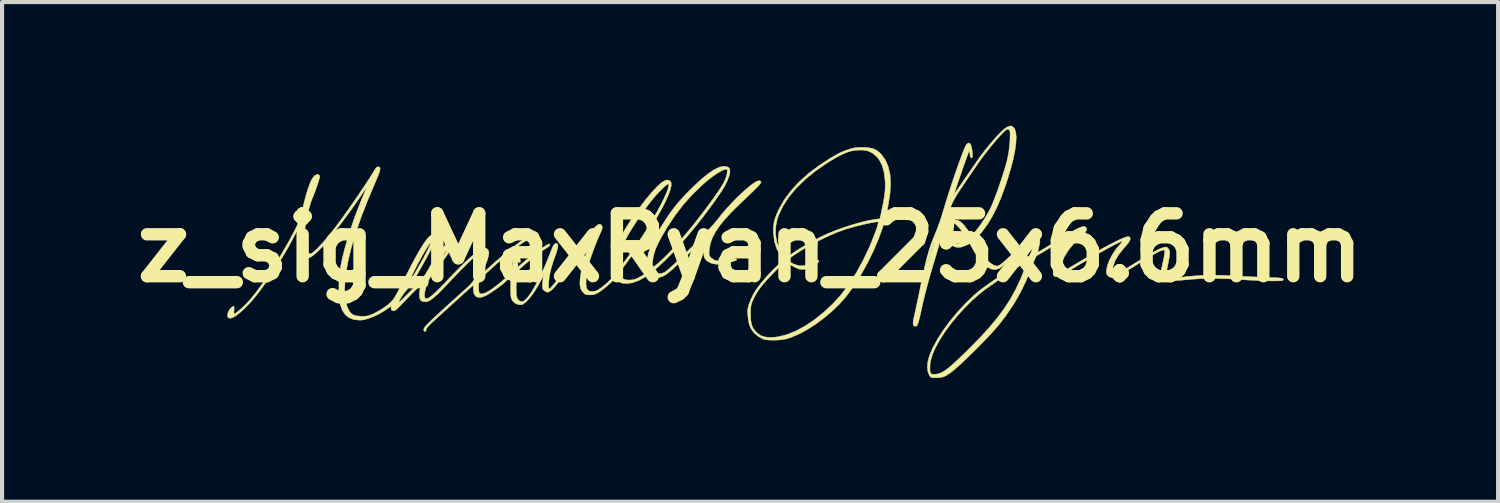
<source format=kicad_pcb>
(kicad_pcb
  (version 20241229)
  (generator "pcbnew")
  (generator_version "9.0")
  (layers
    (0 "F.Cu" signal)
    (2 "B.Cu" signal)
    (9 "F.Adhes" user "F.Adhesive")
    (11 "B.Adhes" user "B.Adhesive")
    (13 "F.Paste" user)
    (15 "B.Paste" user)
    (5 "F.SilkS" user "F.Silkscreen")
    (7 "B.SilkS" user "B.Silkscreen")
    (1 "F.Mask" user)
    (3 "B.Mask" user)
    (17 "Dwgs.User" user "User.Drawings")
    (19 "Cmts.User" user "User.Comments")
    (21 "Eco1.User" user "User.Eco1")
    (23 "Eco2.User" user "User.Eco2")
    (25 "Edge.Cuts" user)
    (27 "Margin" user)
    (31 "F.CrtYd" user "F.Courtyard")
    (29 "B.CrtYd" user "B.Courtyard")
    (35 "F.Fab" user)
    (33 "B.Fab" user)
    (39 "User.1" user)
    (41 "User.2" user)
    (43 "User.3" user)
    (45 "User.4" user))
  (footprint "z_sig_MaxRyan_25x6.6mm"
    (layer "F.Cu")
    (at 15.138 2.958)
    (property "Reference" "z_sig_MaxRyan_25x6.6mm" (at 0 0 0) (layer "F.SilkS") (effects (font (size 1.524 1.524) (thickness 0.3))))
    (attr through_hole)
    (fp_poly (pts (xy 2.865 -2.428) (xy 2.974 -2.407) (xy 3.063 -2.368) (xy 3.143 -2.306) (xy 3.183 -2.265) (xy 3.283 -2.126) (xy 3.353 -1.961) (xy 3.395 -1.77) (xy 3.408 -1.55) (xy 3.392 -1.302) (xy 3.348 -1.026) (xy 3.29 -0.729) (xy 3.47 -0.747) (xy 3.594 -0.756) (xy 3.724 -0.757) (xy 3.852 -0.753) (xy 3.973 -0.743) (xy 4.08 -0.728) (xy 4.166 -0.71) (xy 4.224 -0.689) (xy 4.249 -0.665) (xy 4.249 -0.658) (xy 4.228 -0.632) (xy 4.212 -0.631) (xy 4.081 -0.653) (xy 3.923 -0.669) (xy 3.752 -0.678) (xy 3.583 -0.679) (xy 3.431 -0.672) (xy 3.361 -0.664) (xy 3.307 -0.655) (xy 3.275 -0.639) (xy 3.254 -0.606) (xy 3.233 -0.545) (xy 3.229 -0.532) (xy 3.124 -0.237) (xy 2.995 0.067) (xy 2.847 0.371) (xy 2.684 0.663) (xy 2.512 0.933) (xy 2.337 1.172) (xy 2.327 1.184) (xy 2.169 1.363) (xy 1.989 1.538) (xy 1.793 1.703) (xy 1.588 1.855) (xy 1.38 1.987) (xy 1.178 2.096) (xy 0.987 2.177) (xy 0.875 2.211) (xy 0.782 2.228) (xy 0.67 2.238) (xy 0.553 2.241) (xy 0.444 2.237) (xy 0.358 2.226) (xy 0.328 2.218) (xy 0.202 2.153) (xy 0.092 2.058) (xy 0.035 1.982) (xy -0.001 1.913) (xy -0.025 1.838) (xy -0.043 1.742) (xy -0.049 1.693) (xy -0.059 1.598) (xy -0.059 1.584) (xy 0.011 1.584) (xy 0.011 1.619) (xy 0.017 1.755) (xy 0.036 1.861) (xy 0.071 1.946) (xy 0.126 2.02) (xy 0.163 2.058) (xy 0.246 2.121) (xy 0.343 2.159) (xy 0.459 2.174) (xy 0.602 2.168) (xy 0.684 2.157) (xy 0.891 2.106) (xy 1.109 2.019) (xy 1.335 1.896) (xy 1.567 1.74) (xy 1.799 1.553) (xy 2.011 1.355) (xy 2.208 1.137) (xy 2.399 0.882) (xy 2.581 0.597) (xy 2.751 0.285) (xy 2.907 -0.046) (xy 3.044 -0.393) (xy 3.06 -0.438) (xy 3.086 -0.518) (xy 3.103 -0.581) (xy 3.108 -0.62) (xy 3.107 -0.626) (xy 3.08 -0.628) (xy 3.019 -0.621) (xy 2.931 -0.605) (xy 2.824 -0.583) (xy 2.705 -0.555) (xy 2.58 -0.524) (xy 2.457 -0.491) (xy 2.342 -0.458) (xy 2.29 -0.441) (xy 2.102 -0.373) (xy 1.894 -0.283) (xy 1.676 -0.177) (xy 1.458 -0.062) (xy 1.251 0.058) (xy 1.065 0.177) (xy 0.945 0.264) (xy 0.921 0.289) (xy 0.922 0.312) (xy 0.952 0.339) (xy 1.017 0.374) (xy 1.053 0.391) (xy 1.176 0.434) (xy 1.291 0.438) (xy 1.405 0.403) (xy 1.477 0.363) (xy 1.541 0.326) (xy 1.599 0.302) (xy 1.626 0.296) (xy 1.664 0.305) (xy 1.669 0.327) (xy 1.647 0.359) (xy 1.604 0.396) (xy 1.545 0.435) (xy 1.477 0.471) (xy 1.404 0.5) (xy 1.333 0.518) (xy 1.323 0.52) (xy 1.256 0.525) (xy 1.203 0.52) (xy 1.146 0.5) (xy 1.075 0.466) (xy 1.003 0.427) (xy 0.942 0.391) (xy 0.907 0.366) (xy 0.886 0.352) (xy 0.863 0.349) (xy 0.834 0.36) (xy 0.794 0.388) (xy 0.74 0.436) (xy 0.666 0.509) (xy 0.569 0.608) (xy 0.538 0.64) (xy 0.4 0.787) (xy 0.29 0.915) (xy 0.203 1.03) (xy 0.134 1.138) (xy 0.079 1.247) (xy 0.064 1.28) (xy 0.038 1.349) (xy 0.022 1.413) (xy 0.014 1.486) (xy 0.011 1.584) (xy -0.059 1.584) (xy -0.061 1.528) (xy -0.053 1.469) (xy -0.036 1.402) (xy -0.023 1.362) (xy 0.015 1.265) (xy 0.064 1.159) (xy 0.107 1.077) (xy 0.169 0.984) (xy 0.255 0.871) (xy 0.357 0.75) (xy 0.467 0.628) (xy 0.577 0.515) (xy 0.674 0.425) (xy 0.734 0.37) (xy 0.78 0.325) (xy 0.803 0.297) (xy 0.804 0.293) (xy 0.793 0.267) (xy 0.763 0.22) (xy 0.732 0.175) (xy 0.645 0.02) (xy 0.59 -0.159) (xy 0.573 -0.31) (xy 0.62 -0.31) (xy 0.654 -0.121) (xy 0.721 0.053) (xy 0.763 0.126) (xy 0.805 0.189) (xy 0.84 0.234) (xy 0.86 0.254) (xy 0.86 0.254) (xy 0.887 0.242) (xy 0.908 0.225) (xy 0.984 0.167) (xy 1.089 0.094) (xy 1.217 0.013) (xy 1.36 -0.072) (xy 1.509 -0.156) (xy 1.657 -0.235) (xy 1.709 -0.262) (xy 1.879 -0.341) (xy 2.071 -0.419) (xy 2.276 -0.493) (xy 2.484 -0.56) (xy 2.685 -0.617) (xy 2.869 -0.661) (xy 3.026 -0.688) (xy 3.03 -0.688) (xy 3.149 -0.703) (xy 3.193 -0.912) (xy 3.229 -1.087) (xy 3.254 -1.231) (xy 3.27 -1.352) (xy 3.277 -1.462) (xy 3.277 -1.568) (xy 3.274 -1.63) (xy 3.25 -1.825) (xy 3.206 -1.987) (xy 3.139 -2.121) (xy 3.084 -2.193) (xy 2.984 -2.286) (xy 2.875 -2.343) (xy 2.747 -2.368) (xy 2.691 -2.37) (xy 2.572 -2.365) (xy 2.459 -2.347) (xy 2.344 -2.312) (xy 2.22 -2.259) (xy 2.08 -2.185) (xy 1.915 -2.086) (xy 1.892 -2.072) (xy 1.605 -1.876) (xy 1.35 -1.67) (xy 1.129 -1.456) (xy 0.945 -1.237) (xy 0.798 -1.013) (xy 0.691 -0.788) (xy 0.658 -0.691) (xy 0.621 -0.503) (xy 0.62 -0.31) (xy 0.573 -0.31) (xy 0.566 -0.364) (xy 0.566 -0.388) (xy 0.567 -0.505) (xy 0.579 -0.608) (xy 0.605 -0.709) (xy 0.647 -0.821) (xy 0.71 -0.955) (xy 0.714 -0.963) (xy 0.839 -1.178) (xy 1.001 -1.393) (xy 1.195 -1.602) (xy 1.413 -1.799) (xy 1.653 -1.979) (xy 1.708 -2.017) (xy 1.847 -2.107) (xy 1.957 -2.178) (xy 2.047 -2.232) (xy 2.122 -2.274) (xy 2.191 -2.308) (xy 2.259 -2.337) (xy 2.334 -2.366) (xy 2.348 -2.371) (xy 2.442 -2.403) (xy 2.522 -2.422) (xy 2.607 -2.432) (xy 2.713 -2.434) (xy 2.724 -2.434) (xy 2.865 -2.428)) (stroke (width 0.01) (type solid)) (fill yes) (layer "F.SilkS"))
    (fp_poly (pts (xy 6.363 -2.941) (xy 6.412 -2.891) (xy 6.442 -2.806) (xy 6.454 -2.687) (xy 6.447 -2.536) (xy 6.423 -2.357) (xy 6.381 -2.15) (xy 6.321 -1.918) (xy 6.245 -1.664) (xy 6.191 -1.503) (xy 6.088 -1.221) (xy 5.983 -0.976) (xy 5.874 -0.76) (xy 5.756 -0.567) (xy 5.626 -0.39) (xy 5.554 -0.304) (xy 5.441 -0.174) (xy 5.545 0.011) (xy 5.638 0.16) (xy 5.733 0.281) (xy 5.827 0.371) (xy 5.917 0.427) (xy 5.994 0.444) (xy 6.037 0.429) (xy 6.1 0.387) (xy 6.17 0.327) (xy 6.359 0.155) (xy 6.52 0.014) (xy 6.654 -0.098) (xy 6.763 -0.182) (xy 6.848 -0.238) (xy 6.911 -0.267) (xy 6.945 -0.271) (xy 6.997 -0.252) (xy 7.025 -0.209) (xy 7.028 -0.138) (xy 7.008 -0.037) (xy 6.991 0.033) (xy 6.98 0.085) (xy 6.977 0.106) (xy 6.978 0.106) (xy 7 0.095) (xy 7.051 0.067) (xy 7.123 0.024) (xy 7.21 -0.028) (xy 7.303 -0.086) (xy 7.397 -0.144) (xy 7.484 -0.198) (xy 7.544 -0.237) (xy 7.647 -0.302) (xy 7.762 -0.369) (xy 7.869 -0.428) (xy 7.906 -0.447) (xy 7.992 -0.488) (xy 8.051 -0.511) (xy 8.09 -0.519) (xy 8.118 -0.513) (xy 8.125 -0.509) (xy 8.16 -0.48) (xy 8.165 -0.442) (xy 8.139 -0.391) (xy 8.079 -0.324) (xy 8.027 -0.276) (xy 7.86 -0.111) (xy 7.729 0.046) (xy 7.632 0.201) (xy 7.61 0.243) (xy 7.576 0.323) (xy 7.545 0.409) (xy 7.52 0.491) (xy 7.504 0.559) (xy 7.501 0.602) (xy 7.504 0.611) (xy 7.516 0.609) (xy 7.547 0.596) (xy 7.598 0.569) (xy 7.673 0.527) (xy 7.775 0.467) (xy 7.906 0.389) (xy 8.07 0.291) (xy 8.118 0.262) (xy 8.276 0.169) (xy 8.435 0.078) (xy 8.591 -0.008) (xy 8.739 -0.086) (xy 8.872 -0.154) (xy 8.986 -0.209) (xy 9.074 -0.247) (xy 9.133 -0.266) (xy 9.136 -0.267) (xy 9.187 -0.27) (xy 9.212 -0.25) (xy 9.215 -0.244) (xy 9.219 -0.209) (xy 9.204 -0.166) (xy 9.166 -0.109) (xy 9.102 -0.033) (xy 9.059 0.015) (xy 8.942 0.161) (xy 8.856 0.306) (xy 8.804 0.446) (xy 8.79 0.519) (xy 8.778 0.635) (xy 8.845 0.635) (xy 8.899 0.622) (xy 8.983 0.584) (xy 9.097 0.52) (xy 9.139 0.494) (xy 9.331 0.376) (xy 9.491 0.278) (xy 9.623 0.198) (xy 9.729 0.135) (xy 9.814 0.087) (xy 9.88 0.051) (xy 9.933 0.026) (xy 9.974 0.009) (xy 10 0.000249) (xy 10.062 -0.016) (xy 10.098 -0.017) (xy 10.124 -0.001) (xy 10.144 0.022) (xy 10.164 0.055) (xy 10.175 0.095) (xy 10.176 0.151) (xy 10.166 0.229) (xy 10.147 0.335) (xy 10.127 0.429) (xy 10.107 0.532) (xy 10.101 0.603) (xy 10.111 0.652) (xy 10.14 0.686) (xy 10.188 0.715) (xy 10.193 0.718) (xy 10.235 0.733) (xy 10.284 0.737) (xy 10.354 0.731) (xy 10.403 0.723) (xy 10.637 0.693) (xy 10.9 0.673) (xy 11.181 0.665) (xy 11.469 0.668) (xy 11.689 0.678) (xy 11.857 0.688) (xy 12.046 0.698) (xy 12.238 0.707) (xy 12.417 0.714) (xy 12.52 0.718) (xy 12.661 0.723) (xy 12.765 0.727) (xy 12.838 0.732) (xy 12.885 0.739) (xy 12.912 0.747) (xy 12.925 0.758) (xy 12.929 0.767) (xy 12.928 0.782) (xy 12.916 0.792) (xy 12.886 0.799) (xy 12.832 0.802) (xy 12.746 0.804) (xy 12.643 0.804) (xy 12.524 0.802) (xy 12.376 0.797) (xy 12.213 0.79) (xy 12.049 0.781) (xy 11.927 0.773) (xy 11.583 0.752) (xy 11.269 0.743) (xy 10.987 0.746) (xy 10.742 0.761) (xy 10.721 0.763) (xy 10.598 0.774) (xy 10.46 0.786) (xy 10.333 0.795) (xy 10.304 0.797) (xy 10.099 0.81) (xy 10.034 0.745) (xy 9.997 0.7) (xy 9.976 0.648) (xy 9.97 0.582) (xy 9.98 0.493) (xy 10.004 0.375) (xy 10.012 0.343) (xy 10.032 0.254) (xy 10.046 0.173) (xy 10.054 0.116) (xy 10.054 0.106) (xy 10.05 0.064) (xy 10.03 0.054) (xy 9.995 0.062) (xy 9.96 0.073) (xy 9.923 0.089) (xy 9.877 0.111) (xy 9.819 0.143) (xy 9.744 0.187) (xy 9.647 0.245) (xy 9.524 0.32) (xy 9.37 0.416) (xy 9.348 0.429) (xy 9.188 0.528) (xy 9.058 0.605) (xy 8.954 0.661) (xy 8.873 0.698) (xy 8.81 0.717) (xy 8.761 0.721) (xy 8.722 0.71) (xy 8.688 0.686) (xy 8.678 0.677) (xy 8.65 0.643) (xy 8.64 0.604) (xy 8.642 0.544) (xy 8.645 0.521) (xy 8.67 0.416) (xy 8.718 0.294) (xy 8.783 0.169) (xy 8.857 0.055) (xy 8.893 0.009) (xy 8.961 -0.07) (xy 9.005 -0.122) (xy 9.026 -0.15) (xy 9.028 -0.16) (xy 9.013 -0.157) (xy 8.983 -0.144) (xy 8.973 -0.139) (xy 8.9 -0.105) (xy 8.798 -0.053) (xy 8.673 0.014) (xy 8.533 0.092) (xy 8.383 0.176) (xy 8.23 0.263) (xy 8.082 0.35) (xy 7.944 0.432) (xy 7.824 0.505) (xy 7.771 0.539) (xy 7.654 0.613) (xy 7.565 0.663) (xy 7.499 0.694) (xy 7.45 0.707) (xy 7.412 0.704) (xy 7.393 0.696) (xy 7.36 0.673) (xy 7.348 0.643) (xy 7.351 0.59) (xy 7.353 0.576) (xy 7.38 0.453) (xy 7.426 0.314) (xy 7.485 0.179) (xy 7.548 0.066) (xy 7.595 0.002) (xy 7.664 -0.08) (xy 7.743 -0.168) (xy 7.811 -0.238) (xy 7.88 -0.308) (xy 7.936 -0.367) (xy 7.972 -0.407) (xy 7.984 -0.423) (xy 7.984 -0.423) (xy 7.957 -0.413) (xy 7.901 -0.384) (xy 7.825 -0.342) (xy 7.737 -0.29) (xy 7.644 -0.234) (xy 7.555 -0.177) (xy 7.533 -0.163) (xy 7.456 -0.114) (xy 7.366 -0.057) (xy 7.268 0.003) (xy 7.171 0.062) (xy 7.083 0.116) (xy 7.01 0.159) (xy 6.961 0.187) (xy 6.946 0.194) (xy 6.933 0.215) (xy 6.908 0.269) (xy 6.875 0.349) (xy 6.836 0.446) (xy 6.817 0.497) (xy 6.687 0.815) (xy 6.546 1.104) (xy 6.386 1.377) (xy 6.202 1.649) (xy 6.055 1.841) (xy 5.979 1.932) (xy 5.882 2.041) (xy 5.767 2.164) (xy 5.641 2.296) (xy 5.508 2.431) (xy 5.373 2.565) (xy 5.242 2.692) (xy 5.119 2.808) (xy 5.009 2.908) (xy 4.918 2.986) (xy 4.851 3.037) (xy 4.772 3.089) (xy 4.714 3.121) (xy 4.661 3.138) (xy 4.598 3.147) (xy 4.542 3.15) (xy 4.463 3.153) (xy 4.413 3.151) (xy 4.384 3.139) (xy 4.361 3.115) (xy 4.349 3.098) (xy 4.312 3.008) (xy 4.3 2.901) (xy 4.362 2.901) (xy 4.363 2.973) (xy 4.369 3.015) (xy 4.383 3.049) (xy 4.411 3.065) (xy 4.467 3.069) (xy 4.472 3.069) (xy 4.555 3.058) (xy 4.638 3.029) (xy 4.646 3.024) (xy 4.708 2.988) (xy 4.776 2.941) (xy 4.854 2.878) (xy 4.947 2.796) (xy 5.058 2.694) (xy 5.191 2.566) (xy 5.321 2.438) (xy 5.578 2.177) (xy 5.802 1.932) (xy 5.997 1.697) (xy 6.166 1.469) (xy 6.314 1.24) (xy 6.443 1.006) (xy 6.558 0.761) (xy 6.662 0.501) (xy 6.666 0.491) (xy 6.692 0.414) (xy 6.707 0.359) (xy 6.709 0.332) (xy 6.704 0.331) (xy 6.617 0.385) (xy 6.507 0.456) (xy 6.381 0.54) (xy 6.245 0.632) (xy 6.105 0.727) (xy 5.968 0.822) (xy 5.84 0.912) (xy 5.728 0.991) (xy 5.639 1.057) (xy 5.579 1.104) (xy 5.577 1.105) (xy 5.385 1.275) (xy 5.201 1.459) (xy 5.027 1.65) (xy 4.866 1.846) (xy 4.723 2.042) (xy 4.599 2.234) (xy 4.498 2.416) (xy 4.423 2.585) (xy 4.378 2.736) (xy 4.365 2.819) (xy 4.362 2.901) (xy 4.3 2.901) (xy 4.299 2.892) (xy 4.311 2.761) (xy 4.346 2.628) (xy 4.428 2.432) (xy 4.543 2.22) (xy 4.685 1.999) (xy 4.849 1.776) (xy 5.032 1.556) (xy 5.228 1.345) (xy 5.433 1.149) (xy 5.531 1.065) (xy 5.593 1.016) (xy 5.684 0.949) (xy 5.798 0.868) (xy 5.928 0.777) (xy 6.067 0.681) (xy 6.21 0.584) (xy 6.349 0.491) (xy 6.478 0.406) (xy 6.591 0.333) (xy 6.681 0.278) (xy 6.702 0.265) (xy 6.763 0.208) (xy 6.811 0.119) (xy 6.84 0.037) (xy 6.867 -0.045) (xy 6.887 -0.12) (xy 6.898 -0.175) (xy 6.897 -0.201) (xy 6.897 -0.201) (xy 6.875 -0.195) (xy 6.826 -0.164) (xy 6.756 -0.112) (xy 6.669 -0.043) (xy 6.571 0.038) (xy 6.466 0.129) (xy 6.358 0.225) (xy 6.253 0.322) (xy 6.244 0.33) (xy 6.173 0.397) (xy 6.108 0.453) (xy 6.058 0.493) (xy 6.039 0.505) (xy 5.947 0.53) (xy 5.849 0.516) (xy 5.746 0.464) (xy 5.642 0.377) (xy 5.539 0.256) (xy 5.441 0.103) (xy 5.419 0.064) (xy 5.329 -0.104) (xy 5.247 -0.062) (xy 5.125 -0.016) (xy 5.017 -0.008) (xy 4.925 -0.038) (xy 4.913 -0.046) (xy 4.847 -0.111) (xy 4.805 -0.2) (xy 4.788 -0.319) (xy 4.788 -0.417) (xy 4.789 -0.427) (xy 4.831 -0.427) (xy 4.836 -0.354) (xy 4.843 -0.31) (xy 4.867 -0.2) (xy 4.904 -0.129) (xy 4.957 -0.095) (xy 5.031 -0.095) (xy 5.129 -0.128) (xy 5.161 -0.143) (xy 5.211 -0.172) (xy 5.242 -0.202) (xy 5.243 -0.206) (xy 5.238 -0.242) (xy 5.209 -0.299) (xy 5.163 -0.369) (xy 5.106 -0.443) (xy 5.046 -0.513) (xy 4.988 -0.57) (xy 4.941 -0.606) (xy 4.917 -0.614) (xy 4.891 -0.596) (xy 4.862 -0.552) (xy 4.854 -0.534) (xy 4.836 -0.482) (xy 4.831 -0.427) (xy 4.789 -0.427) (xy 4.803 -0.533) (xy 4.835 -0.614) (xy 4.888 -0.661) (xy 4.963 -0.677) (xy 4.969 -0.677) (xy 5.04 -0.665) (xy 5.109 -0.626) (xy 5.181 -0.556) (xy 5.263 -0.451) (xy 5.268 -0.444) (xy 5.37 -0.299) (xy 5.445 -0.377) (xy 5.517 -0.462) (xy 5.599 -0.574) (xy 5.684 -0.702) (xy 5.763 -0.834) (xy 5.83 -0.96) (xy 5.839 -0.979) (xy 5.884 -1.081) (xy 5.936 -1.214) (xy 5.994 -1.369) (xy 6.053 -1.537) (xy 6.11 -1.708) (xy 6.162 -1.873) (xy 6.207 -2.022) (xy 6.237 -2.138) (xy 6.259 -2.243) (xy 6.278 -2.361) (xy 6.292 -2.483) (xy 6.301 -2.601) (xy 6.305 -2.707) (xy 6.304 -2.79) (xy 6.295 -2.844) (xy 6.29 -2.854) (xy 6.254 -2.873) (xy 6.226 -2.869) (xy 6.191 -2.845) (xy 6.135 -2.793) (xy 6.063 -2.717) (xy 5.979 -2.623) (xy 5.887 -2.515) (xy 5.793 -2.399) (xy 5.7 -2.281) (xy 5.613 -2.165) (xy 5.536 -2.057) (xy 5.535 -2.056) (xy 5.456 -1.94) (xy 5.372 -1.818) (xy 5.292 -1.701) (xy 5.225 -1.603) (xy 5.211 -1.582) (xy 5.11 -1.433) (xy 5.03 -1.31) (xy 4.966 -1.203) (xy 4.914 -1.104) (xy 4.87 -1.004) (xy 4.83 -0.895) (xy 4.789 -0.767) (xy 4.743 -0.611) (xy 4.742 -0.609) (xy 4.696 -0.45) (xy 4.645 -0.276) (xy 4.594 -0.102) (xy 4.546 0.058) (xy 4.513 0.169) (xy 4.427 0.457) (xy 4.353 0.711) (xy 4.29 0.939) (xy 4.236 1.149) (xy 4.189 1.346) (xy 4.16 1.478) (xy 4.128 1.624) (xy 4.101 1.733) (xy 4.08 1.811) (xy 4.061 1.862) (xy 4.043 1.891) (xy 4.025 1.903) (xy 4.013 1.905) (xy 3.976 1.896) (xy 3.956 1.867) (xy 3.953 1.811) (xy 3.966 1.724) (xy 3.98 1.659) (xy 3.996 1.589) (xy 4.019 1.484) (xy 4.047 1.353) (xy 4.078 1.203) (xy 4.112 1.041) (xy 4.146 0.874) (xy 4.149 0.857) (xy 4.198 0.624) (xy 4.236 0.455) (xy 4.276 0.455) (xy 4.286 0.466) (xy 4.297 0.455) (xy 4.286 0.445) (xy 4.276 0.455) (xy 4.236 0.455) (xy 4.243 0.425) (xy 4.259 0.36) (xy 4.297 0.36) (xy 4.305 0.377) (xy 4.311 0.374) (xy 4.313 0.349) (xy 4.311 0.346) (xy 4.298 0.349) (xy 4.297 0.36) (xy 4.259 0.36) (xy 4.274 0.296) (xy 4.318 0.296) (xy 4.326 0.314) (xy 4.332 0.31) (xy 4.335 0.285) (xy 4.332 0.282) (xy 4.32 0.285) (xy 4.318 0.296) (xy 4.274 0.296) (xy 4.285 0.252) (xy 4.294 0.22) (xy 4.341 0.22) (xy 4.345 0.248) (xy 4.352 0.248) (xy 4.357 0.22) (xy 4.354 0.208) (xy 4.344 0.2) (xy 4.341 0.22) (xy 4.294 0.22) (xy 4.315 0.148) (xy 4.36 0.148) (xy 4.368 0.166) (xy 4.374 0.162) (xy 4.377 0.137) (xy 4.374 0.134) (xy 4.362 0.137) (xy 4.36 0.148) (xy 4.315 0.148) (xy 4.329 0.097) (xy 4.333 0.085) (xy 4.381 0.085) (xy 4.389 0.102) (xy 4.396 0.099) (xy 4.398 0.074) (xy 4.396 0.071) (xy 4.383 0.073) (xy 4.381 0.085) (xy 4.333 0.085) (xy 4.353 0.021) (xy 4.403 0.021) (xy 4.41 0.039) (xy 4.417 0.035) (xy 4.419 0.01) (xy 4.417 0.007) (xy 4.404 0.01) (xy 4.403 0.021) (xy 4.353 0.021) (xy 4.374 -0.042) (xy 4.424 -0.042) (xy 4.432 -0.025) (xy 4.438 -0.028) (xy 4.44 -0.053) (xy 4.438 -0.056) (xy 4.425 -0.054) (xy 4.424 -0.042) (xy 4.374 -0.042) (xy 4.375 -0.047) (xy 4.393 -0.095) (xy 4.445 -0.095) (xy 4.456 -0.085) (xy 4.466 -0.095) (xy 4.456 -0.106) (xy 4.445 -0.095) (xy 4.393 -0.095) (xy 4.426 -0.187) (xy 4.485 -0.333) (xy 4.514 -0.402) (xy 4.556 -0.509) (xy 4.604 -0.641) (xy 4.651 -0.782) (xy 4.692 -0.917) (xy 4.697 -0.933) (xy 4.737 -1.069) (xy 4.784 -1.221) (xy 4.803 -1.281) (xy 4.932 -1.281) (xy 4.942 -1.27) (xy 4.953 -1.281) (xy 4.942 -1.291) (xy 4.932 -1.281) (xy 4.803 -1.281) (xy 4.836 -1.385) (xy 4.892 -1.555) (xy 4.949 -1.725) (xy 5.007 -1.892) (xy 5.062 -2.048) (xy 5.114 -2.19) (xy 5.16 -2.312) (xy 5.198 -2.408) (xy 5.228 -2.474) (xy 5.244 -2.503) (xy 5.29 -2.54) (xy 5.327 -2.536) (xy 5.356 -2.492) (xy 5.377 -2.407) (xy 5.387 -2.334) (xy 5.393 -2.253) (xy 5.393 -2.207) (xy 5.385 -2.185) (xy 5.369 -2.18) (xy 5.348 -2.192) (xy 5.335 -2.233) (xy 5.33 -2.289) (xy 5.327 -2.321) (xy 5.323 -2.339) (xy 5.316 -2.34) (xy 5.304 -2.321) (xy 5.285 -2.277) (xy 5.258 -2.205) (xy 5.221 -2.102) (xy 5.172 -1.963) (xy 5.151 -1.902) (xy 5.103 -1.763) (xy 5.058 -1.634) (xy 5.02 -1.523) (xy 4.991 -1.434) (xy 4.972 -1.375) (xy 4.965 -1.355) (xy 4.958 -1.32) (xy 4.966 -1.322) (xy 4.979 -1.341) (xy 5.001 -1.373) (xy 5.042 -1.432) (xy 5.095 -1.508) (xy 5.147 -1.584) (xy 5.21 -1.676) (xy 5.289 -1.79) (xy 5.374 -1.915) (xy 5.459 -2.038) (xy 5.493 -2.089) (xy 5.59 -2.224) (xy 5.694 -2.361) (xy 5.802 -2.494) (xy 5.908 -2.619) (xy 6.009 -2.73) (xy 6.1 -2.822) (xy 6.176 -2.89) (xy 6.232 -2.928) (xy 6.233 -2.928) (xy 6.291 -2.951) (xy 6.332 -2.953) (xy 6.363 -2.941)) (stroke (width 0.01) (type solid)) (fill yes) (layer "F.SilkS"))
    (fp_poly (pts (xy -0.555 -1.965) (xy -0.513 -1.942) (xy -0.489 -1.897) (xy -0.489 -1.825) (xy -0.512 -1.73) (xy -0.555 -1.618) (xy -0.616 -1.495) (xy -0.694 -1.366) (xy -0.705 -1.351) (xy -0.89 -1.085) (xy -1.086 -0.821) (xy -1.287 -0.562) (xy -1.49 -0.315) (xy -1.69 -0.084) (xy -1.883 0.126) (xy -2.064 0.31) (xy -2.23 0.463) (xy -2.254 0.484) (xy -2.31 0.532) (xy -2.338 0.562) (xy -2.341 0.582) (xy -2.325 0.599) (xy -2.319 0.604) (xy -2.249 0.631) (xy -2.161 0.627) (xy -2.079 0.599) (xy -2.04 0.572) (xy -1.975 0.518) (xy -1.889 0.442) (xy -1.787 0.347) (xy -1.673 0.237) (xy -1.55 0.117) (xy -1.423 -0.009) (xy -1.296 -0.137) (xy -1.173 -0.263) (xy -1.058 -0.383) (xy -0.956 -0.492) (xy -0.87 -0.587) (xy -0.805 -0.664) (xy -0.777 -0.699) (xy -0.686 -0.815) (xy -0.582 -0.937) (xy -0.469 -1.06) (xy -0.352 -1.181) (xy -0.235 -1.295) (xy -0.121 -1.399) (xy -0.017 -1.488) (xy 0.075 -1.558) (xy 0.15 -1.606) (xy 0.203 -1.626) (xy 0.214 -1.626) (xy 0.243 -1.621) (xy 0.262 -1.612) (xy 0.268 -1.597) (xy 0.26 -1.573) (xy 0.234 -1.537) (xy 0.19 -1.487) (xy 0.123 -1.419) (xy 0.033 -1.331) (xy -0.084 -1.219) (xy -0.229 -1.082) (xy -0.232 -1.079) (xy -0.433 -0.882) (xy -0.601 -0.702) (xy -0.735 -0.538) (xy -0.839 -0.385) (xy -0.914 -0.241) (xy -0.963 -0.103) (xy -0.987 0.032) (xy -0.987 0.036) (xy -0.993 0.116) (xy -0.992 0.166) (xy -0.981 0.2) (xy -0.957 0.231) (xy -0.939 0.249) (xy -0.856 0.303) (xy -0.745 0.328) (xy -0.612 0.322) (xy -0.497 0.296) (xy -0.419 0.277) (xy -0.361 0.269) (xy -0.332 0.273) (xy -0.323 0.286) (xy -0.33 0.299) (xy -0.36 0.313) (xy -0.419 0.333) (xy -0.5 0.358) (xy -0.663 0.394) (xy -0.809 0.401) (xy -0.932 0.379) (xy -1.03 0.33) (xy -1.07 0.291) (xy -1.098 0.255) (xy -1.114 0.222) (xy -1.121 0.18) (xy -1.12 0.116) (xy -1.117 0.043) (xy -1.107 -0.053) (xy -1.092 -0.143) (xy -1.075 -0.212) (xy -1.071 -0.222) (xy -1.065 -0.241) (xy -1.071 -0.246) (xy -1.092 -0.234) (xy -1.129 -0.203) (xy -1.186 -0.151) (xy -1.266 -0.076) (xy -1.369 0.026) (xy -1.5 0.155) (xy -1.509 0.164) (xy -1.658 0.31) (xy -1.781 0.429) (xy -1.882 0.522) (xy -1.966 0.594) (xy -2.035 0.646) (xy -2.095 0.682) (xy -2.148 0.704) (xy -2.198 0.716) (xy -2.249 0.72) (xy -2.257 0.72) (xy -2.33 0.71) (xy -2.394 0.687) (xy -2.433 0.669) (xy -2.465 0.667) (xy -2.504 0.684) (xy -2.557 0.717) (xy -2.703 0.796) (xy -2.845 0.847) (xy -2.976 0.868) (xy -3.094 0.86) (xy -3.191 0.823) (xy -3.251 0.77) (xy -3.269 0.762) (xy -3.298 0.775) (xy -3.345 0.813) (xy -3.403 0.868) (xy -3.481 0.939) (xy -3.567 1.009) (xy -3.643 1.064) (xy -3.649 1.068) (xy -3.725 1.112) (xy -3.788 1.135) (xy -3.857 1.143) (xy -3.881 1.143) (xy -3.952 1.14) (xy -3.997 1.128) (xy -4.033 1.099) (xy -4.052 1.078) (xy -4.093 1.02) (xy -4.117 0.961) (xy -4.126 0.887) (xy -4.124 0.786) (xy -4.121 0.754) (xy -4.098 0.592) (xy -4.055 0.403) (xy -3.995 0.2) (xy -3.919 -0.009) (xy -3.904 -0.047) (xy -3.854 -0.169) (xy -3.818 -0.258) (xy -3.794 -0.317) (xy -3.781 -0.353) (xy -3.777 -0.371) (xy -3.778 -0.376) (xy -3.785 -0.373) (xy -3.789 -0.37) (xy -3.819 -0.342) (xy -3.868 -0.282) (xy -3.935 -0.194) (xy -4.017 -0.082) (xy -4.11 0.049) (xy -4.213 0.196) (xy -4.322 0.356) (xy -4.434 0.523) (xy -4.543 0.688) (xy -4.631 0.815) (xy -4.715 0.922) (xy -4.791 1.005) (xy -4.855 1.058) (xy -4.903 1.079) (xy -4.907 1.079) (xy -4.955 1.065) (xy -4.998 1.034) (xy -5.022 1.006) (xy -5.033 0.974) (xy -5.036 0.924) (xy -5.03 0.846) (xy -5.03 0.839) (xy -5.016 0.688) (xy -5.131 0.9) (xy -5.204 1.024) (xy -5.283 1.139) (xy -5.362 1.239) (xy -5.437 1.316) (xy -5.502 1.367) (xy -5.54 1.382) (xy -5.624 1.378) (xy -5.705 1.341) (xy -5.766 1.277) (xy -5.772 1.266) (xy -5.789 1.226) (xy -5.8 1.177) (xy -5.806 1.109) (xy -5.807 1.013) (xy -5.806 0.957) (xy -5.803 0.719) (xy -5.861 0.761) (xy -5.911 0.8) (xy -5.948 0.836) (xy -5.983 0.869) (xy -6.044 0.917) (xy -6.122 0.975) (xy -6.208 1.035) (xy -6.292 1.092) (xy -6.365 1.137) (xy -6.407 1.161) (xy -6.511 1.2) (xy -6.596 1.204) (xy -6.658 1.172) (xy -6.697 1.107) (xy -6.71 1.014) (xy -6.71 0.907) (xy -6.803 0.988) (xy -6.85 1.03) (xy -6.921 1.093) (xy -7.008 1.172) (xy -7.103 1.258) (xy -7.168 1.317) (xy -7.278 1.418) (xy -7.398 1.526) (xy -7.515 1.633) (xy -7.617 1.726) (xy -7.652 1.757) (xy -7.747 1.846) (xy -7.811 1.913) (xy -7.847 1.96) (xy -7.857 1.99) (xy -7.857 1.991) (xy -7.862 2.026) (xy -7.887 2.029) (xy -7.902 2.018) (xy -7.915 1.992) (xy -7.907 1.957) (xy -7.876 1.909) (xy -7.817 1.844) (xy -7.729 1.759) (xy -7.69 1.722) (xy -7.603 1.642) (xy -7.521 1.566) (xy -7.452 1.502) (xy -7.404 1.458) (xy -7.396 1.45) (xy -7.358 1.416) (xy -7.296 1.359) (xy -7.214 1.286) (xy -7.12 1.201) (xy -7.02 1.111) (xy -6.911 1.013) (xy -6.829 0.937) (xy -6.77 0.877) (xy -6.73 0.83) (xy -6.702 0.79) (xy -6.684 0.751) (xy -6.677 0.732) (xy -6.652 0.666) (xy -6.618 0.576) (xy -6.578 0.476) (xy -6.558 0.425) (xy -6.521 0.33) (xy -6.488 0.242) (xy -6.465 0.172) (xy -6.458 0.145) (xy -6.449 0.095) (xy -6.454 0.076) (xy -6.474 0.079) (xy -6.539 0.112) (xy -6.625 0.174) (xy -6.732 0.266) (xy -6.862 0.388) (xy -7.016 0.542) (xy -7.195 0.728) (xy -7.323 0.865) (xy -7.458 1.007) (xy -7.569 1.118) (xy -7.662 1.201) (xy -7.738 1.26) (xy -7.802 1.295) (xy -7.857 1.311) (xy -7.878 1.312) (xy -7.947 1.3) (xy -7.987 1.274) (xy -8.013 1.219) (xy -8.021 1.138) (xy -8.013 1.044) (xy -8.001 0.996) (xy -7.99 0.946) (xy -7.989 0.916) (xy -7.99 0.915) (xy -8.008 0.926) (xy -8.052 0.966) (xy -8.12 1.032) (xy -8.209 1.122) (xy -8.318 1.233) (xy -8.443 1.364) (xy -8.469 1.391) (xy -8.526 1.449) (xy -8.576 1.496) (xy -8.609 1.521) (xy -8.609 1.521) (xy -8.658 1.531) (xy -8.695 1.511) (xy -8.707 1.469) (xy -8.705 1.457) (xy -8.702 1.427) (xy -8.712 1.424) (xy -8.738 1.44) (xy -8.789 1.474) (xy -8.855 1.519) (xy -8.873 1.531) (xy -8.993 1.602) (xy -9.123 1.665) (xy -9.252 1.715) (xy -9.369 1.747) (xy -9.456 1.757) (xy -9.602 1.743) (xy -9.72 1.699) (xy -9.815 1.625) (xy -9.887 1.515) (xy -9.941 1.37) (xy -9.948 1.344) (xy -9.96 1.263) (xy -9.968 1.15) (xy -9.971 1.017) (xy -9.969 0.873) (xy -9.962 0.729) (xy -9.951 0.595) (xy -9.936 0.493) (xy -9.889 0.261) (xy -9.823 0.001) (xy -9.742 -0.277) (xy -9.649 -0.564) (xy -9.546 -0.852) (xy -9.437 -1.131) (xy -9.347 -1.343) (xy -9.32 -1.405) (xy -9.303 -1.447) (xy -9.3 -1.459) (xy -9.315 -1.439) (xy -9.349 -1.391) (xy -9.397 -1.32) (xy -9.454 -1.234) (xy -9.473 -1.206) (xy -9.555 -1.088) (xy -9.65 -0.953) (xy -9.755 -0.809) (xy -9.865 -0.66) (xy -9.976 -0.513) (xy -10.083 -0.374) (xy -10.182 -0.248) (xy -10.268 -0.142) (xy -10.336 -0.062) (xy -10.365 -0.03) (xy -10.474 0.08) (xy -10.563 0.16) (xy -10.634 0.214) (xy -10.694 0.244) (xy -10.747 0.254) (xy -10.752 0.254) (xy -10.839 0.239) (xy -10.905 0.193) (xy -10.95 0.113) (xy -10.976 -0.000408) (xy -10.983 -0.15) (xy -10.981 -0.213) (xy -10.977 -0.312) (xy -10.978 -0.37) (xy -10.986 -0.389) (xy -11.006 -0.368) (xy -11.04 -0.309) (xy -11.079 -0.233) (xy -11.188 -0.031) (xy -11.312 0.182) (xy -11.445 0.399) (xy -11.584 0.614) (xy -11.725 0.82) (xy -11.861 1.01) (xy -11.99 1.177) (xy -12.106 1.314) (xy -12.134 1.344) (xy -12.265 1.478) (xy -12.38 1.582) (xy -12.479 1.656) (xy -12.56 1.7) (xy -12.62 1.711) (xy -12.659 1.689) (xy -12.67 1.664) (xy -12.668 1.603) (xy -12.644 1.535) (xy -12.603 1.474) (xy -12.555 1.431) (xy -12.516 1.418) (xy -12.511 1.437) (xy -12.511 1.485) (xy -12.513 1.513) (xy -12.515 1.57) (xy -12.512 1.604) (xy -12.508 1.609) (xy -12.485 1.595) (xy -12.439 1.56) (xy -12.38 1.511) (xy -12.315 1.453) (xy -12.252 1.396) (xy -12.232 1.377) (xy -12.127 1.262) (xy -12.006 1.115) (xy -11.875 0.94) (xy -11.736 0.741) (xy -11.593 0.525) (xy -11.449 0.297) (xy -11.308 0.06) (xy -11.172 -0.178) (xy -11.071 -0.367) (xy -11.018 -0.47) (xy -10.977 -0.557) (xy -10.943 -0.639) (xy -10.913 -0.724) (xy -10.883 -0.825) (xy -10.85 -0.95) (xy -10.826 -1.048) (xy -10.774 -1.249) (xy -10.726 -1.412) (xy -10.681 -1.541) (xy -10.638 -1.638) (xy -10.595 -1.708) (xy -10.552 -1.753) (xy -10.498 -1.78) (xy -10.457 -1.774) (xy -10.436 -1.735) (xy -10.435 -1.721) (xy -10.442 -1.684) (xy -10.462 -1.618) (xy -10.49 -1.532) (xy -10.523 -1.435) (xy -10.559 -1.336) (xy -10.594 -1.247) (xy -10.62 -1.185) (xy -10.658 -1.081) (xy -10.697 -0.946) (xy -10.735 -0.79) (xy -10.768 -0.624) (xy -10.795 -0.46) (xy -10.814 -0.308) (xy -10.822 -0.18) (xy -10.821 -0.052) (xy -10.807 0.04) (xy -10.781 0.1) (xy -10.739 0.134) (xy -10.696 0.144) (xy -10.66 0.143) (xy -10.625 0.131) (xy -10.582 0.1) (xy -10.524 0.047) (xy -10.483 0.007) (xy -10.361 -0.123) (xy -10.221 -0.288) (xy -10.063 -0.487) (xy -9.89 -0.72) (xy -9.701 -0.984) (xy -9.499 -1.278) (xy -9.426 -1.386) (xy -9.346 -1.506) (xy -9.271 -1.62) (xy -9.205 -1.721) (xy -9.153 -1.804) (xy -9.119 -1.86) (xy -9.113 -1.869) (xy -9.074 -1.931) (xy -9.042 -1.96) (xy -9.01 -1.964) (xy -8.984 -1.954) (xy -8.972 -1.93) (xy -8.974 -1.887) (xy -8.993 -1.821) (xy -9.028 -1.728) (xy -9.081 -1.602) (xy -9.094 -1.571) (xy -9.281 -1.129) (xy -9.44 -0.717) (xy -9.571 -0.335) (xy -9.675 0.017) (xy -9.752 0.342) (xy -9.803 0.639) (xy -9.822 0.825) (xy -9.831 1.018) (xy -9.824 1.18) (xy -9.802 1.318) (xy -9.764 1.442) (xy -9.754 1.465) (xy -9.706 1.554) (xy -9.646 1.613) (xy -9.567 1.647) (xy -9.459 1.66) (xy -9.417 1.661) (xy -9.337 1.66) (xy -9.274 1.652) (xy -9.215 1.635) (xy -9.145 1.605) (xy -9.076 1.571) (xy -8.976 1.515) (xy -8.872 1.448) (xy -8.784 1.384) (xy -8.767 1.369) (xy -8.729 1.337) (xy -8.697 1.305) (xy -8.666 1.27) (xy -8.635 1.227) (xy -8.6 1.17) (xy -8.558 1.096) (xy -8.507 0.998) (xy -8.443 0.874) (xy -8.434 0.857) (xy -8.297 0.857) (xy -8.287 0.868) (xy -8.276 0.857) (xy -8.287 0.847) (xy -8.297 0.857) (xy -8.434 0.857) (xy -8.413 0.815) (xy -8.26 0.815) (xy -8.257 0.816) (xy -8.24 0.794) (xy -8.206 0.742) (xy -8.159 0.666) (xy -8.104 0.574) (xy -8.068 0.513) (xy -7.989 0.373) (xy -7.919 0.247) (xy -7.859 0.135) (xy -7.811 0.04) (xy -7.775 -0.035) (xy -7.752 -0.087) (xy -7.744 -0.115) (xy -7.752 -0.116) (xy -7.776 -0.087) (xy -7.817 -0.026) (xy -7.878 0.07) (xy -7.893 0.095) (xy -7.936 0.169) (xy -7.986 0.258) (xy -8.04 0.358) (xy -8.094 0.462) (xy -8.145 0.563) (xy -8.19 0.655) (xy -8.227 0.732) (xy -8.251 0.787) (xy -8.26 0.815) (xy -8.413 0.815) (xy -8.363 0.716) (xy -8.349 0.688) (xy -8.223 0.443) (xy -8.113 0.235) (xy -8.016 0.063) (xy -7.931 -0.075) (xy -7.858 -0.18) (xy -7.794 -0.255) (xy -7.74 -0.301) (xy -7.692 -0.32) (xy -7.651 -0.313) (xy -7.626 -0.294) (xy -7.616 -0.269) (xy -7.62 -0.227) (xy -7.642 -0.163) (xy -7.681 -0.074) (xy -7.74 0.044) (xy -7.793 0.146) (xy -7.932 0.401) (xy -8.059 0.624) (xy -8.175 0.81) (xy -8.278 0.961) (xy -8.367 1.073) (xy -8.372 1.077) (xy -8.422 1.143) (xy -8.473 1.222) (xy -8.495 1.263) (xy -8.511 1.297) (xy -8.517 1.316) (xy -8.51 1.318) (xy -8.487 1.301) (xy -8.445 1.262) (xy -8.381 1.199) (xy -8.292 1.109) (xy -8.229 1.045) (xy -8.107 0.919) (xy -8.012 0.816) (xy -7.939 0.731) (xy -7.883 0.657) (xy -7.84 0.591) (xy -7.826 0.566) (xy -7.75 0.432) (xy -7.672 0.307) (xy -7.535 0.307) (xy -7.525 0.318) (xy -7.514 0.307) (xy -7.525 0.296) (xy -7.535 0.307) (xy -7.672 0.307) (xy -7.67 0.303) (xy -7.637 0.254) (xy -7.484 0.254) (xy -7.468 0.238) (xy -7.436 0.197) (xy -7.408 0.159) (xy -7.374 0.107) (xy -7.355 0.072) (xy -7.353 0.064) (xy -7.37 0.079) (xy -7.402 0.121) (xy -7.429 0.159) (xy -7.464 0.211) (xy -7.483 0.245) (xy -7.484 0.254) (xy -7.637 0.254) (xy -7.589 0.182) (xy -7.512 0.077) (xy -7.443 -0.01) (xy -7.385 -0.071) (xy -7.341 -0.103) (xy -7.328 -0.106) (xy -7.286 -0.088) (xy -7.256 -0.045) (xy -7.25 0.004) (xy -7.251 0.008) (xy -7.28 0.072) (xy -7.335 0.16) (xy -7.41 0.265) (xy -7.502 0.379) (xy -7.57 0.458) (xy -7.695 0.617) (xy -7.792 0.782) (xy -7.859 0.946) (xy -7.892 1.101) (xy -7.895 1.157) (xy -7.888 1.21) (xy -7.865 1.236) (xy -7.825 1.232) (xy -7.765 1.199) (xy -7.686 1.135) (xy -7.584 1.04) (xy -7.458 0.911) (xy -7.44 0.893) (xy -7.256 0.7) (xy -7.097 0.537) (xy -6.961 0.401) (xy -6.845 0.29) (xy -6.746 0.2) (xy -6.661 0.131) (xy -6.589 0.079) (xy -6.525 0.041) (xy -6.482 0.022) (xy -6.431 0.006) (xy -6.397 0.012) (xy -6.371 0.032) (xy -6.342 0.071) (xy -6.332 0.123) (xy -6.341 0.195) (xy -6.369 0.293) (xy -6.412 0.407) (xy -6.443 0.49) (xy -6.463 0.554) (xy -6.47 0.591) (xy -6.466 0.598) (xy -6.437 0.576) (xy -6.388 0.534) (xy -6.336 0.486) (xy -6.194 0.357) (xy -6.039 0.223) (xy -5.88 0.092) (xy -5.726 -0.031) (xy -5.583 -0.139) (xy -5.46 -0.224) (xy -5.436 -0.24) (xy -5.364 -0.285) (xy -5.322 -0.309) (xy -5.3 -0.314) (xy -5.293 -0.303) (xy -5.292 -0.291) (xy -5.309 -0.269) (xy -5.354 -0.23) (xy -5.419 -0.183) (xy -5.456 -0.159) (xy -5.571 -0.081) (xy -5.689 0.005) (xy -5.815 0.105) (xy -5.956 0.222) (xy -6.115 0.361) (xy -6.297 0.525) (xy -6.332 0.557) (xy -6.43 0.648) (xy -6.5 0.721) (xy -6.546 0.783) (xy -6.572 0.841) (xy -6.583 0.905) (xy -6.582 0.982) (xy -6.579 1.027) (xy -6.571 1.082) (xy -6.553 1.107) (xy -6.514 1.117) (xy -6.507 1.118) (xy -6.446 1.106) (xy -6.359 1.064) (xy -6.247 0.992) (xy -6.113 0.891) (xy -5.963 0.767) (xy -5.785 0.614) (xy -5.763 0.434) (xy -5.746 0.324) (xy -5.726 0.25) (xy -5.699 0.208) (xy -5.664 0.191) (xy -5.652 0.191) (xy -5.618 0.209) (xy -5.587 0.253) (xy -5.569 0.308) (xy -5.567 0.329) (xy -5.579 0.357) (xy -5.603 0.353) (xy -5.616 0.333) (xy -5.623 0.335) (xy -5.628 0.369) (xy -5.629 0.388) (xy -5.63 0.469) (xy -5.498 0.355) (xy -5.396 0.27) (xy -5.29 0.186) (xy -5.184 0.106) (xy -5.085 0.034) (xy -4.998 -0.025) (xy -4.928 -0.068) (xy -4.881 -0.091) (xy -4.864 -0.093) (xy -4.848 -0.071) (xy -4.865 -0.043) (xy -4.918 -0.005) (xy -4.94 0.008) (xy -5.007 0.051) (xy -5.096 0.115) (xy -5.198 0.192) (xy -5.306 0.276) (xy -5.408 0.358) (xy -5.497 0.433) (xy -5.562 0.492) (xy -5.575 0.505) (xy -5.657 0.59) (xy -5.668 0.843) (xy -5.671 0.95) (xy -5.671 1.049) (xy -5.668 1.129) (xy -5.664 1.173) (xy -5.636 1.245) (xy -5.588 1.291) (xy -5.529 1.305) (xy -5.493 1.295) (xy -5.437 1.253) (xy -5.371 1.175) (xy -5.295 1.065) (xy -5.213 0.928) (xy -5.127 0.767) (xy -5.073 0.656) (xy -5.016 0.656) (xy -5.009 0.674) (xy -5.002 0.67) (xy -5 0.645) (xy -5.002 0.642) (xy -5.015 0.645) (xy -5.016 0.656) (xy -5.073 0.656) (xy -5.039 0.586) (xy -4.952 0.391) (xy -4.868 0.185) (xy -4.842 0.116) (xy -4.804 0.019) (xy -4.775 -0.046) (xy -4.75 -0.084) (xy -4.726 -0.101) (xy -4.697 -0.106) (xy -4.696 -0.106) (xy -4.668 -0.093) (xy -4.658 -0.053) (xy -4.668 0.017) (xy -4.698 0.12) (xy -4.723 0.191) (xy -4.76 0.295) (xy -4.796 0.407) (xy -4.826 0.505) (xy -4.829 0.519) (xy -4.85 0.608) (xy -4.867 0.704) (xy -4.88 0.8) (xy -4.886 0.885) (xy -4.887 0.951) (xy -4.88 0.989) (xy -4.873 0.995) (xy -4.843 0.978) (xy -4.795 0.929) (xy -4.734 0.855) (xy -4.663 0.759) (xy -4.587 0.648) (xy -4.578 0.635) (xy -4.457 0.451) (xy -4.35 0.291) (xy -4.247 0.144) (xy -4.142 -0.004) (xy -4.067 -0.106) (xy -3.959 -0.25) (xy -3.873 -0.363) (xy -3.832 -0.413) (xy -3.768 -0.413) (xy -3.757 -0.402) (xy -3.747 -0.413) (xy -3.757 -0.423) (xy -3.768 -0.413) (xy -3.832 -0.413) (xy -3.804 -0.448) (xy -3.75 -0.508) (xy -3.708 -0.546) (xy -3.675 -0.566) (xy -3.65 -0.572) (xy -3.606 -0.555) (xy -3.584 -0.511) (xy -3.589 -0.449) (xy -3.605 -0.41) (xy -3.644 -0.325) (xy -3.693 -0.212) (xy -3.745 -0.081) (xy -3.798 0.056) (xy -3.846 0.189) (xy -3.886 0.305) (xy -3.899 0.349) (xy -3.936 0.49) (xy -3.961 0.63) (xy -3.975 0.76) (xy -3.978 0.872) (xy -3.968 0.959) (xy -3.95 1.005) (xy -3.918 1.04) (xy -3.873 1.056) (xy -3.822 1.058) (xy -3.764 1.053) (xy -3.711 1.035) (xy -3.647 0.996) (xy -3.606 0.966) (xy -3.531 0.906) (xy -3.457 0.843) (xy -3.408 0.795) (xy -3.334 0.717) (xy -3.332 0.54) (xy -3.203 0.54) (xy -3.073 0.37) (xy -3 0.275) (xy -2.918 0.163) (xy -2.838 0.053) (xy -2.808 0.011) (xy -2.686 -0.166) (xy -2.568 -0.348) (xy -2.454 -0.531) (xy -2.347 -0.711) (xy -2.249 -0.884) (xy -2.162 -1.046) (xy -2.089 -1.193) (xy -2.031 -1.321) (xy -1.991 -1.426) (xy -1.972 -1.504) (xy -1.972 -1.546) (xy -1.991 -1.547) (xy -2.031 -1.52) (xy -2.089 -1.47) (xy -2.159 -1.402) (xy -2.237 -1.321) (xy -2.317 -1.232) (xy -2.394 -1.139) (xy -2.399 -1.132) (xy -2.498 -1.004) (xy -2.602 -0.862) (xy -2.705 -0.712) (xy -2.803 -0.564) (xy -2.891 -0.425) (xy -2.963 -0.303) (xy -3.014 -0.206) (xy -3.018 -0.198) (xy -3.113 0.041) (xy -3.172 0.266) (xy -3.189 0.389) (xy -3.203 0.54) (xy -3.332 0.54) (xy -3.332 0.502) (xy -3.32 0.317) (xy -3.287 0.137) (xy -3.23 -0.046) (xy -3.146 -0.237) (xy -3.034 -0.443) (xy -2.9 -0.656) (xy -2.766 -0.853) (xy -2.632 -1.037) (xy -2.502 -1.203) (xy -2.379 -1.349) (xy -2.268 -1.469) (xy -2.17 -1.56) (xy -2.101 -1.612) (xy -2.028 -1.642) (xy -1.966 -1.638) (xy -1.924 -1.602) (xy -1.913 -1.573) (xy -1.912 -1.502) (xy -1.936 -1.401) (xy -1.983 -1.273) (xy -2.052 -1.12) (xy -2.141 -0.946) (xy -2.249 -0.754) (xy -2.373 -0.547) (xy -2.512 -0.327) (xy -2.665 -0.098) (xy -2.829 0.137) (xy -2.979 0.343) (xy -3.059 0.453) (xy -3.116 0.536) (xy -3.149 0.597) (xy -3.162 0.643) (xy -3.156 0.679) (xy -3.132 0.71) (xy -3.097 0.74) (xy -3.026 0.774) (xy -2.941 0.783) (xy -2.858 0.778) (xy -2.782 0.76) (xy -2.701 0.724) (xy -2.614 0.675) (xy -2.508 0.611) (xy -2.506 0.496) (xy -2.378 0.496) (xy -2.284 0.423) (xy -2.23 0.377) (xy -2.157 0.311) (xy -2.076 0.234) (xy -2.02 0.179) (xy -1.882 0.035) (xy -1.728 -0.137) (xy -1.563 -0.328) (xy -1.396 -0.53) (xy -1.233 -0.736) (xy -1.106 -0.902) (xy -0.969 -1.087) (xy -0.857 -1.242) (xy -0.766 -1.372) (xy -0.696 -1.482) (xy -0.642 -1.573) (xy -0.604 -1.652) (xy -0.578 -1.721) (xy -0.562 -1.784) (xy -0.558 -1.81) (xy -0.552 -1.869) (xy -0.557 -1.897) (xy -0.577 -1.905) (xy -0.584 -1.905) (xy -0.641 -1.89) (xy -0.721 -1.851) (xy -0.819 -1.791) (xy -0.927 -1.715) (xy -1.04 -1.626) (xy -1.143 -1.537) (xy -1.392 -1.297) (xy -1.614 -1.051) (xy -1.815 -0.79) (xy -2.005 -0.504) (xy -2.146 -0.264) (xy -2.229 -0.108) (xy -2.289 0.025) (xy -2.329 0.147) (xy -2.354 0.267) (xy -2.363 0.342) (xy -2.378 0.496) (xy -2.506 0.496) (xy -2.505 0.416) (xy -2.495 0.284) (xy -2.47 0.152) (xy -2.427 0.013) (xy -2.364 -0.136) (xy -2.279 -0.302) (xy -2.17 -0.489) (xy -2.045 -0.686) (xy -1.938 -0.844) (xy -1.83 -0.989) (xy -1.714 -1.129) (xy -1.582 -1.273) (xy -1.427 -1.431) (xy -1.368 -1.488) (xy -1.183 -1.66) (xy -1.018 -1.795) (xy -0.873 -1.893) (xy -0.747 -1.953) (xy -0.641 -1.978) (xy -0.555 -1.965)) (stroke (width 0.01) (type solid)) (fill yes) (layer "F.SilkS")))
  (gr_rect
    (start -3 -3)
    (end 33.277 9.117)
    (stroke (width 0.1) (type default))
    (fill no)
    (layer "Edge.Cuts")))
</source>
